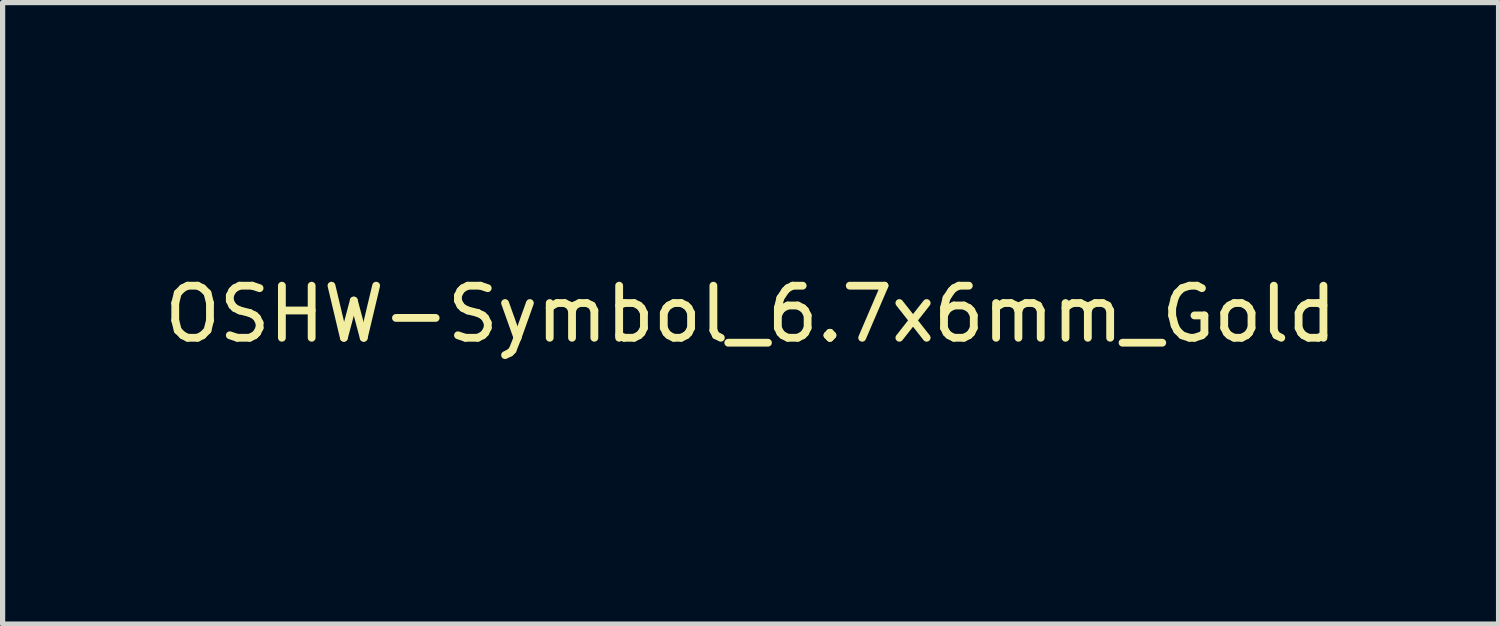
<source format=kicad_pcb>
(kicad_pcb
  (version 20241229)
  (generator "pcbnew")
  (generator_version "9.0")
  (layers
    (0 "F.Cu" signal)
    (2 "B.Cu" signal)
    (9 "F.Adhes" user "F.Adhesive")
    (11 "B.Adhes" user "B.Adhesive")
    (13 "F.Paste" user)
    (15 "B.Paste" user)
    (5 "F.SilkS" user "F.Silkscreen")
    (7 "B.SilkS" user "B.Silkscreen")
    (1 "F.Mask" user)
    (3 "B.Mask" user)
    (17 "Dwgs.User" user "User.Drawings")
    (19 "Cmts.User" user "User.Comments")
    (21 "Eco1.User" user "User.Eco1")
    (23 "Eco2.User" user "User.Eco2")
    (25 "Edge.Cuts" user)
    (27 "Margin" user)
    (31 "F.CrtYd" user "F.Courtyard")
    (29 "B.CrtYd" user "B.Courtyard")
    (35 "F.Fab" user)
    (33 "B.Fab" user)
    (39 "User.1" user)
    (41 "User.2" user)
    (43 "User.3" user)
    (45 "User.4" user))
  (footprint "OSHW-Symbol_6.7x6mm_Gold"
    (layer "F.Cu")
    (at 11.363 2.981)
    (property "Reference" "OSHW-Symbol_6.7x6mm_Gold" (at 0 0 0) (layer "F.SilkS") (effects (font (size 1 1) (thickness 0.15))))
    (attr exclude_from_pos_files exclude_from_bom)
    (fp_poly (pts (xy 0.556 -2.531) (xy 0.64 -2.086) (xy 0.949 -1.959) (xy 1.258 -1.831) (xy 1.629 -2.084) (xy 1.733 -2.154) (xy 1.827 -2.217) (xy 1.907 -2.269) (xy 1.967 -2.308) (xy 2.005 -2.331) (xy 2.015 -2.336) (xy 2.034 -2.323) (xy 2.073 -2.288) (xy 2.13 -2.235) (xy 2.198 -2.168) (xy 2.274 -2.093) (xy 2.353 -2.013) (xy 2.431 -1.932) (xy 2.504 -1.857) (xy 2.567 -1.79) (xy 2.615 -1.737) (xy 2.644 -1.702) (xy 2.651 -1.69) (xy 2.641 -1.669) (xy 2.613 -1.621) (xy 2.569 -1.553) (xy 2.513 -1.468) (xy 2.448 -1.371) (xy 2.41 -1.316) (xy 2.341 -1.215) (xy 2.28 -1.124) (xy 2.23 -1.047) (xy 2.193 -0.989) (xy 2.172 -0.955) (xy 2.169 -0.948) (xy 2.176 -0.927) (xy 2.195 -0.879) (xy 2.223 -0.811) (xy 2.257 -0.729) (xy 2.295 -0.64) (xy 2.333 -0.55) (xy 2.369 -0.467) (xy 2.4 -0.396) (xy 2.423 -0.346) (xy 2.435 -0.322) (xy 2.436 -0.321) (xy 2.455 -0.316) (xy 2.505 -0.306) (xy 2.581 -0.291) (xy 2.678 -0.272) (xy 2.791 -0.251) (xy 2.856 -0.239) (xy 2.977 -0.216) (xy 3.086 -0.194) (xy 3.177 -0.174) (xy 3.246 -0.158) (xy 3.287 -0.147) (xy 3.296 -0.143) (xy 3.304 -0.119) (xy 3.31 -0.064) (xy 3.315 0.015) (xy 3.318 0.112) (xy 3.32 0.22) (xy 3.321 0.333) (xy 3.319 0.445) (xy 3.317 0.549) (xy 3.312 0.638) (xy 3.307 0.707) (xy 3.299 0.748) (xy 3.295 0.757) (xy 3.269 0.767) (xy 3.213 0.782) (xy 3.136 0.799) (xy 3.044 0.818) (xy 3.012 0.824) (xy 2.858 0.852) (xy 2.735 0.875) (xy 2.642 0.893) (xy 2.572 0.908) (xy 2.523 0.919) (xy 2.491 0.929) (xy 2.471 0.938) (xy 2.459 0.947) (xy 2.457 0.948) (xy 2.44 0.976) (xy 2.415 1.031) (xy 2.383 1.105) (xy 2.347 1.192) (xy 2.311 1.286) (xy 2.275 1.379) (xy 2.244 1.466) (xy 2.219 1.539) (xy 2.203 1.592) (xy 2.199 1.618) (xy 2.2 1.619) (xy 2.214 1.64) (xy 2.245 1.687) (xy 2.291 1.755) (xy 2.349 1.838) (xy 2.413 1.933) (xy 2.432 1.96) (xy 2.498 2.057) (xy 2.556 2.146) (xy 2.603 2.221) (xy 2.635 2.278) (xy 2.651 2.311) (xy 2.651 2.315) (xy 2.638 2.336) (xy 2.603 2.377) (xy 2.549 2.435) (xy 2.482 2.505) (xy 2.406 2.582) (xy 2.326 2.662) (xy 2.245 2.74) (xy 2.17 2.811) (xy 2.103 2.872) (xy 2.051 2.918) (xy 2.017 2.944) (xy 2.008 2.948) (xy 1.986 2.938) (xy 1.941 2.911) (xy 1.88 2.872) (xy 1.834 2.84) (xy 1.749 2.782) (xy 1.65 2.714) (xy 1.549 2.646) (xy 1.496 2.609) (xy 1.313 2.486) (xy 1.16 2.569) (xy 1.091 2.605) (xy 1.031 2.633) (xy 0.991 2.649) (xy 0.981 2.651) (xy 0.969 2.635) (xy 0.945 2.588) (xy 0.91 2.516) (xy 0.868 2.422) (xy 0.818 2.31) (xy 0.764 2.186) (xy 0.708 2.053) (xy 0.65 1.916) (xy 0.593 1.779) (xy 0.538 1.646) (xy 0.488 1.522) (xy 0.443 1.411) (xy 0.407 1.317) (xy 0.381 1.244) (xy 0.366 1.197) (xy 0.363 1.181) (xy 0.382 1.16) (xy 0.424 1.127) (xy 0.48 1.088) (xy 0.484 1.085) (xy 0.628 0.969) (xy 0.744 0.835) (xy 0.831 0.686) (xy 0.889 0.526) (xy 0.915 0.36) (xy 0.91 0.192) (xy 0.871 0.026) (xy 0.799 -0.134) (xy 0.778 -0.169) (xy 0.667 -0.309) (xy 0.536 -0.422) (xy 0.39 -0.507) (xy 0.233 -0.563) (xy 0.069 -0.589) (xy -0.097 -0.585) (xy -0.26 -0.551) (xy -0.416 -0.485) (xy -0.56 -0.388) (xy -0.605 -0.348) (xy -0.719 -0.224) (xy -0.802 -0.094) (xy -0.859 0.052) (xy -0.89 0.197) (xy -0.898 0.36) (xy -0.872 0.523) (xy -0.815 0.682) (xy -0.729 0.831) (xy -0.617 0.964) (xy -0.482 1.075) (xy -0.464 1.087) (xy -0.408 1.126) (xy -0.365 1.159) (xy -0.345 1.18) (xy -0.344 1.181) (xy -0.349 1.204) (xy -0.366 1.256) (xy -0.395 1.333) (xy -0.433 1.431) (xy -0.478 1.545) (xy -0.53 1.672) (xy -0.585 1.806) (xy -0.643 1.943) (xy -0.7 2.08) (xy -0.757 2.211) (xy -0.81 2.333) (xy -0.858 2.441) (xy -0.899 2.532) (xy -0.932 2.599) (xy -0.954 2.64) (xy -0.963 2.651) (xy -0.99 2.643) (xy -1.04 2.62) (xy -1.106 2.588) (xy -1.142 2.569) (xy -1.295 2.486) (xy -1.477 2.609) (xy -1.57 2.672) (xy -1.672 2.742) (xy -1.767 2.807) (xy -1.815 2.84) (xy -1.882 2.885) (xy -1.939 2.921) (xy -1.979 2.943) (xy -1.991 2.948) (xy -2.01 2.935) (xy -2.051 2.9) (xy -2.11 2.847) (xy -2.185 2.778) (xy -2.269 2.698) (xy -2.323 2.646) (xy -2.416 2.554) (xy -2.497 2.472) (xy -2.562 2.403) (xy -2.608 2.351) (xy -2.631 2.319) (xy -2.633 2.312) (xy -2.623 2.287) (xy -2.594 2.237) (xy -2.551 2.167) (xy -2.496 2.082) (xy -2.432 1.986) (xy -2.413 1.96) (xy -2.347 1.863) (xy -2.287 1.776) (xy -2.238 1.704) (xy -2.202 1.65) (xy -2.183 1.622) (xy -2.181 1.619) (xy -2.184 1.596) (xy -2.199 1.545) (xy -2.223 1.474) (xy -2.253 1.389) (xy -2.288 1.296) (xy -2.325 1.202) (xy -2.361 1.113) (xy -2.393 1.038) (xy -2.419 0.981) (xy -2.437 0.95) (xy -2.438 0.948) (xy -2.449 0.94) (xy -2.468 0.931) (xy -2.498 0.921) (xy -2.543 0.91) (xy -2.608 0.896) (xy -2.697 0.879) (xy -2.813 0.857) (xy -2.962 0.83) (xy -2.994 0.824) (xy -3.089 0.805) (xy -3.172 0.787) (xy -3.235 0.772) (xy -3.271 0.76) (xy -3.276 0.757) (xy -3.284 0.732) (xy -3.291 0.677) (xy -3.296 0.597) (xy -3.3 0.5) (xy -3.302 0.392) (xy -3.302 0.279) (xy -3.301 0.167) (xy -3.298 0.064) (xy -3.294 -0.026) (xy -3.289 -0.094) (xy -3.281 -0.135) (xy -3.277 -0.143) (xy -3.253 -0.152) (xy -3.197 -0.166) (xy -3.117 -0.183) (xy -3.016 -0.204) (xy -2.901 -0.227) (xy -2.838 -0.239) (xy -2.719 -0.261) (xy -2.613 -0.281) (xy -2.524 -0.298) (xy -2.46 -0.311) (xy -2.423 -0.319) (xy -2.417 -0.321) (xy -2.407 -0.34) (xy -2.386 -0.387) (xy -2.356 -0.455) (xy -2.32 -0.537) (xy -2.282 -0.626) (xy -2.244 -0.716) (xy -2.209 -0.8) (xy -2.18 -0.871) (xy -2.16 -0.922) (xy -2.151 -0.948) (xy -2.151 -0.949) (xy -2.161 -0.968) (xy -2.189 -1.014) (xy -2.233 -1.081) (xy -2.289 -1.165) (xy -2.354 -1.261) (xy -2.392 -1.316) (xy -2.461 -1.418) (xy -2.522 -1.509) (xy -2.573 -1.587) (xy -2.61 -1.647) (xy -2.63 -1.683) (xy -2.633 -1.691) (xy -2.62 -1.709) (xy -2.585 -1.75) (xy -2.533 -1.807) (xy -2.467 -1.876) (xy -2.393 -1.953) (xy -2.314 -2.033) (xy -2.235 -2.113) (xy -2.16 -2.187) (xy -2.095 -2.25) (xy -2.043 -2.299) (xy -2.008 -2.329) (xy -1.996 -2.336) (xy -1.978 -2.326) (xy -1.933 -2.298) (xy -1.866 -2.255) (xy -1.781 -2.199) (xy -1.684 -2.133) (xy -1.611 -2.084) (xy -1.24 -1.831) (xy -0.621 -2.086) (xy -0.537 -2.531) (xy -0.453 -2.976) (xy 0.472 -2.976) (xy 0.556 -2.531)) (stroke (width 0.01) (type solid)) (fill yes) (layer "F.Mask")))
  (gr_rect
    (start -3 -3)
    (end 25.726 8.934)
    (stroke (width 0.1) (type default))
    (fill no)
    (layer "Edge.Cuts")))
</source>
